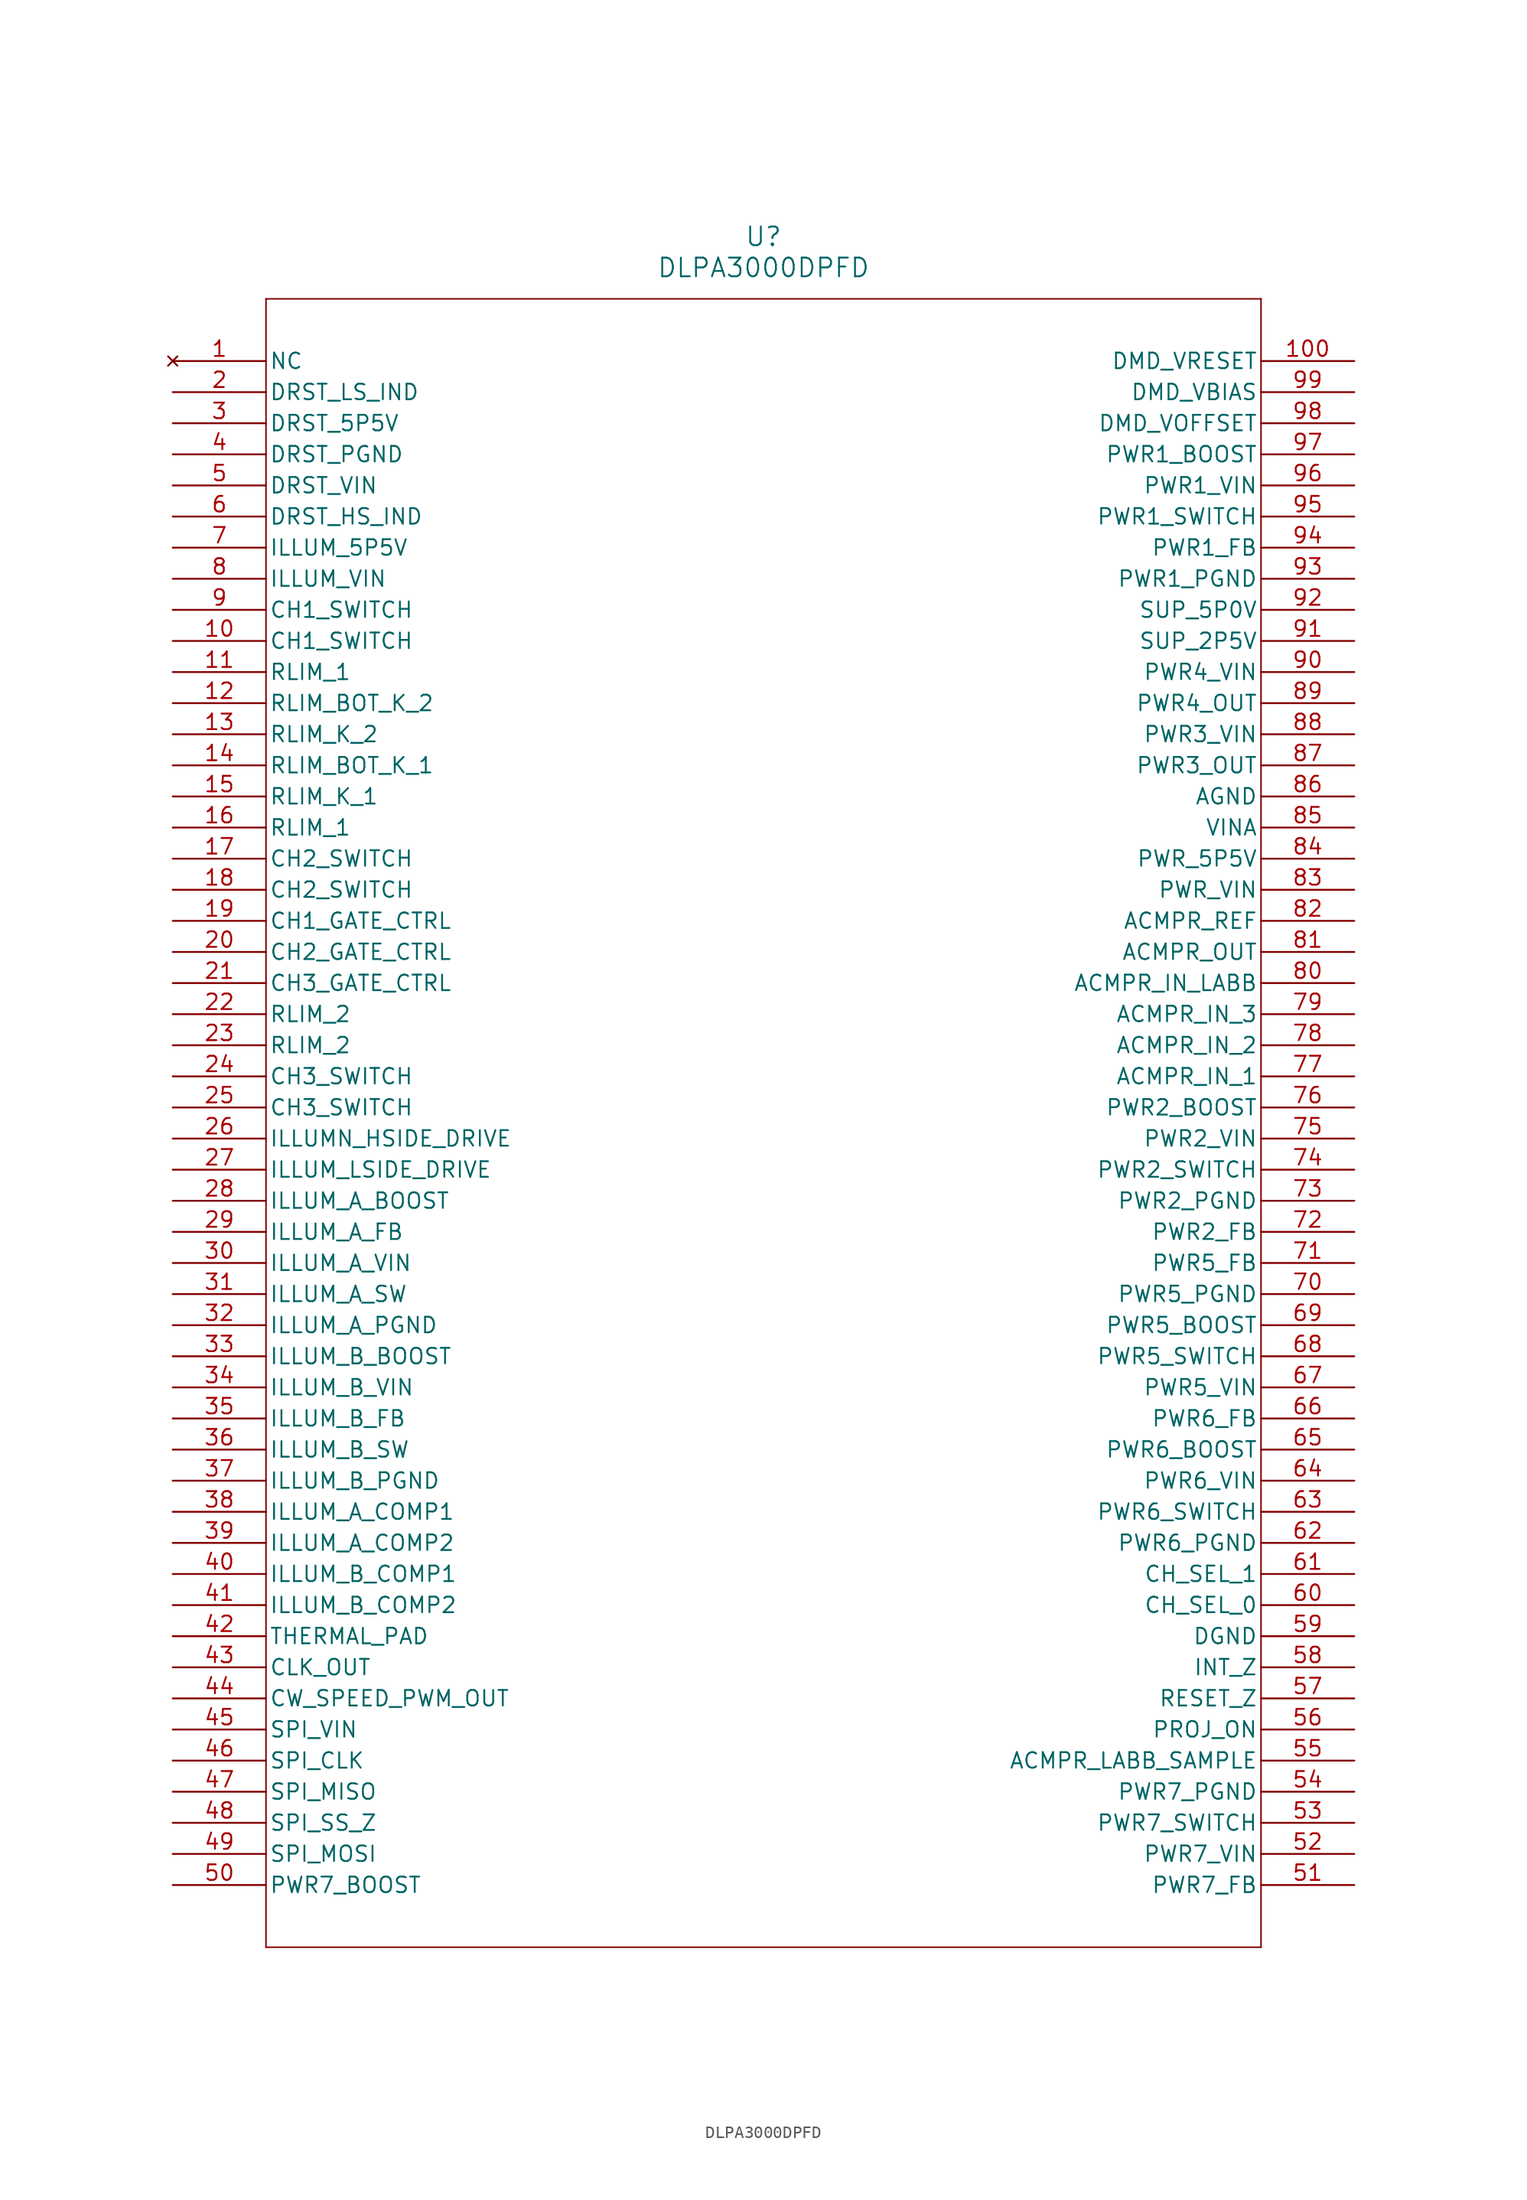
<source format=kicad_sym>
(kicad_symbol_lib
  (version 20211014)
  (generator kicad_symbol_editor)
  (symbol "DLPA3000DPFD"
    (pin_names
      (offset 0.254))
    (property "Reference" "U"
      (at 48.26 10.16 0)
      (effects (font (size 1.524 1.524))))
    (property "Value" "DLPA3000DPFD"
      (at 48.26 7.62 0)
      (effects (font (size 1.524 1.524))))
    (polyline
      (pts (xy 7.62 5.08) (xy 7.62 -129.54))
      (stroke (width 0.127) (type default) (color 0 0 0 0))
      (fill (type none)))
    (polyline
      (pts (xy 7.62 -129.54) (xy 88.9 -129.54))
      (stroke (width 0.127) (type default) (color 0 0 0 0))
      (fill (type none)))
    (polyline
      (pts (xy 88.9 -129.54) (xy 88.9 5.08))
      (stroke (width 0.127) (type default) (color 0 0 0 0))
      (fill (type none)))
    (polyline
      (pts (xy 88.9 5.08) (xy 7.62 5.08))
      (stroke (width 0.127) (type default) (color 0 0 0 0))
      (fill (type none)))
    (pin no_connect line
      (at 0 0 0)
      (length 7.62)
      (name "NC" (effects (font (size 1.27 1.27))))
      (number "1" (effects (font (size 1.27 1.27)))))
    (pin bidirectional line
      (at 0 -2.54 0)
      (length 7.62)
      (name "DRST_LS_IND" (effects (font (size 1.27 1.27))))
      (number "2" (effects (font (size 1.27 1.27)))))
    (pin output line
      (at 0 -5.08 0)
      (length 7.62)
      (name "DRST_5P5V" (effects (font (size 1.27 1.27))))
      (number "3" (effects (font (size 1.27 1.27)))))
    (pin power_in line
      (at 0 -7.62 0)
      (length 7.62)
      (name "DRST_PGND" (effects (font (size 1.27 1.27))))
      (number "4" (effects (font (size 1.27 1.27)))))
    (pin power_in line
      (at 0 -10.16 0)
      (length 7.62)
      (name "DRST_VIN" (effects (font (size 1.27 1.27))))
      (number "5" (effects (font (size 1.27 1.27)))))
    (pin bidirectional line
      (at 0 -12.7 0)
      (length 7.62)
      (name "DRST_HS_IND" (effects (font (size 1.27 1.27))))
      (number "6" (effects (font (size 1.27 1.27)))))
    (pin output line
      (at 0 -15.24 0)
      (length 7.62)
      (name "ILLUM_5P5V" (effects (font (size 1.27 1.27))))
      (number "7" (effects (font (size 1.27 1.27)))))
    (pin power_in line
      (at 0 -17.78 0)
      (length 7.62)
      (name "ILLUM_VIN" (effects (font (size 1.27 1.27))))
      (number "8" (effects (font (size 1.27 1.27)))))
    (pin input line
      (at 0 -20.32 0)
      (length 7.62)
      (name "CH1_SWITCH" (effects (font (size 1.27 1.27))))
      (number "9" (effects (font (size 1.27 1.27)))))
    (pin input line
      (at 0 -22.86 0)
      (length 7.62)
      (name "CH1_SWITCH" (effects (font (size 1.27 1.27))))
      (number "10" (effects (font (size 1.27 1.27)))))
    (pin output line
      (at 0 -25.4 0)
      (length 7.62)
      (name "RLIM_1" (effects (font (size 1.27 1.27))))
      (number "11" (effects (font (size 1.27 1.27)))))
    (pin input line
      (at 0 -27.94 0)
      (length 7.62)
      (name "RLIM_BOT_K_2" (effects (font (size 1.27 1.27))))
      (number "12" (effects (font (size 1.27 1.27)))))
    (pin input line
      (at 0 -30.48 0)
      (length 7.62)
      (name "RLIM_K_2" (effects (font (size 1.27 1.27))))
      (number "13" (effects (font (size 1.27 1.27)))))
    (pin input line
      (at 0 -33.02 0)
      (length 7.62)
      (name "RLIM_BOT_K_1" (effects (font (size 1.27 1.27))))
      (number "14" (effects (font (size 1.27 1.27)))))
    (pin input line
      (at 0 -35.56 0)
      (length 7.62)
      (name "RLIM_K_1" (effects (font (size 1.27 1.27))))
      (number "15" (effects (font (size 1.27 1.27)))))
    (pin output line
      (at 0 -38.1 0)
      (length 7.62)
      (name "RLIM_1" (effects (font (size 1.27 1.27))))
      (number "16" (effects (font (size 1.27 1.27)))))
    (pin input line
      (at 0 -40.64 0)
      (length 7.62)
      (name "CH2_SWITCH" (effects (font (size 1.27 1.27))))
      (number "17" (effects (font (size 1.27 1.27)))))
    (pin input line
      (at 0 -43.18 0)
      (length 7.62)
      (name "CH2_SWITCH" (effects (font (size 1.27 1.27))))
      (number "18" (effects (font (size 1.27 1.27)))))
    (pin output line
      (at 0 -45.72 0)
      (length 7.62)
      (name "CH1_GATE_CTRL" (effects (font (size 1.27 1.27))))
      (number "19" (effects (font (size 1.27 1.27)))))
    (pin output line
      (at 0 -48.26 0)
      (length 7.62)
      (name "CH2_GATE_CTRL" (effects (font (size 1.27 1.27))))
      (number "20" (effects (font (size 1.27 1.27)))))
    (pin output line
      (at 0 -50.8 0)
      (length 7.62)
      (name "CH3_GATE_CTRL" (effects (font (size 1.27 1.27))))
      (number "21" (effects (font (size 1.27 1.27)))))
    (pin output line
      (at 0 -53.34 0)
      (length 7.62)
      (name "RLIM_2" (effects (font (size 1.27 1.27))))
      (number "22" (effects (font (size 1.27 1.27)))))
    (pin output line
      (at 0 -55.88 0)
      (length 7.62)
      (name "RLIM_2" (effects (font (size 1.27 1.27))))
      (number "23" (effects (font (size 1.27 1.27)))))
    (pin input line
      (at 0 -58.42 0)
      (length 7.62)
      (name "CH3_SWITCH" (effects (font (size 1.27 1.27))))
      (number "24" (effects (font (size 1.27 1.27)))))
    (pin input line
      (at 0 -60.96 0)
      (length 7.62)
      (name "CH3_SWITCH" (effects (font (size 1.27 1.27))))
      (number "25" (effects (font (size 1.27 1.27)))))
    (pin output line
      (at 0 -63.5 0)
      (length 7.62)
      (name "ILLUMN_HSIDE_DRIVE" (effects (font (size 1.27 1.27))))
      (number "26" (effects (font (size 1.27 1.27)))))
    (pin output line
      (at 0 -66.04 0)
      (length 7.62)
      (name "ILLUM_LSIDE_DRIVE" (effects (font (size 1.27 1.27))))
      (number "27" (effects (font (size 1.27 1.27)))))
    (pin input line
      (at 0 -68.58 0)
      (length 7.62)
      (name "ILLUM_A_BOOST" (effects (font (size 1.27 1.27))))
      (number "28" (effects (font (size 1.27 1.27)))))
    (pin input line
      (at 0 -71.12 0)
      (length 7.62)
      (name "ILLUM_A_FB" (effects (font (size 1.27 1.27))))
      (number "29" (effects (font (size 1.27 1.27)))))
    (pin power_in line
      (at 0 -73.66 0)
      (length 7.62)
      (name "ILLUM_A_VIN" (effects (font (size 1.27 1.27))))
      (number "30" (effects (font (size 1.27 1.27)))))
    (pin bidirectional line
      (at 0 -76.2 0)
      (length 7.62)
      (name "ILLUM_A_SW" (effects (font (size 1.27 1.27))))
      (number "31" (effects (font (size 1.27 1.27)))))
    (pin power_in line
      (at 0 -78.74 0)
      (length 7.62)
      (name "ILLUM_A_PGND" (effects (font (size 1.27 1.27))))
      (number "32" (effects (font (size 1.27 1.27)))))
    (pin input line
      (at 0 -81.28 0)
      (length 7.62)
      (name "ILLUM_B_BOOST" (effects (font (size 1.27 1.27))))
      (number "33" (effects (font (size 1.27 1.27)))))
    (pin power_in line
      (at 0 -83.82 0)
      (length 7.62)
      (name "ILLUM_B_VIN" (effects (font (size 1.27 1.27))))
      (number "34" (effects (font (size 1.27 1.27)))))
    (pin input line
      (at 0 -86.36 0)
      (length 7.62)
      (name "ILLUM_B_FB" (effects (font (size 1.27 1.27))))
      (number "35" (effects (font (size 1.27 1.27)))))
    (pin bidirectional line
      (at 0 -88.9 0)
      (length 7.62)
      (name "ILLUM_B_SW" (effects (font (size 1.27 1.27))))
      (number "36" (effects (font (size 1.27 1.27)))))
    (pin power_in line
      (at 0 -91.44 0)
      (length 7.62)
      (name "ILLUM_B_PGND" (effects (font (size 1.27 1.27))))
      (number "37" (effects (font (size 1.27 1.27)))))
    (pin bidirectional line
      (at 0 -93.98 0)
      (length 7.62)
      (name "ILLUM_A_COMP1" (effects (font (size 1.27 1.27))))
      (number "38" (effects (font (size 1.27 1.27)))))
    (pin bidirectional line
      (at 0 -96.52 0)
      (length 7.62)
      (name "ILLUM_A_COMP2" (effects (font (size 1.27 1.27))))
      (number "39" (effects (font (size 1.27 1.27)))))
    (pin bidirectional line
      (at 0 -99.06 0)
      (length 7.62)
      (name "ILLUM_B_COMP1" (effects (font (size 1.27 1.27))))
      (number "40" (effects (font (size 1.27 1.27)))))
    (pin bidirectional line
      (at 0 -101.6 0)
      (length 7.62)
      (name "ILLUM_B_COMP2" (effects (font (size 1.27 1.27))))
      (number "41" (effects (font (size 1.27 1.27)))))
    (pin power_in line
      (at 0 -104.14 0)
      (length 7.62)
      (name "THERMAL_PAD" (effects (font (size 1.27 1.27))))
      (number "42" (effects (font (size 1.27 1.27)))))
    (pin output line
      (at 0 -106.68 0)
      (length 7.62)
      (name "CLK_OUT" (effects (font (size 1.27 1.27))))
      (number "43" (effects (font (size 1.27 1.27)))))
    (pin output line
      (at 0 -109.22 0)
      (length 7.62)
      (name "CW_SPEED_PWM_OUT" (effects (font (size 1.27 1.27))))
      (number "44" (effects (font (size 1.27 1.27)))))
    (pin input line
      (at 0 -111.76 0)
      (length 7.62)
      (name "SPI_VIN" (effects (font (size 1.27 1.27))))
      (number "45" (effects (font (size 1.27 1.27)))))
    (pin input line
      (at 0 -114.3 0)
      (length 7.62)
      (name "SPI_CLK" (effects (font (size 1.27 1.27))))
      (number "46" (effects (font (size 1.27 1.27)))))
    (pin output line
      (at 0 -116.84 0)
      (length 7.62)
      (name "SPI_MISO" (effects (font (size 1.27 1.27))))
      (number "47" (effects (font (size 1.27 1.27)))))
    (pin input line
      (at 0 -119.38 0)
      (length 7.62)
      (name "SPI_SS_Z" (effects (font (size 1.27 1.27))))
      (number "48" (effects (font (size 1.27 1.27)))))
    (pin input line
      (at 0 -121.92 0)
      (length 7.62)
      (name "SPI_MOSI" (effects (font (size 1.27 1.27))))
      (number "49" (effects (font (size 1.27 1.27)))))
    (pin input line
      (at 0 -124.46 0)
      (length 7.62)
      (name "PWR7_BOOST" (effects (font (size 1.27 1.27))))
      (number "50" (effects (font (size 1.27 1.27)))))
    (pin input line
      (at 96.52 -124.46 180)
      (length 7.62)
      (name "PWR7_FB" (effects (font (size 1.27 1.27))))
      (number "51" (effects (font (size 1.27 1.27)))))
    (pin power_in line
      (at 96.52 -121.92 180)
      (length 7.62)
      (name "PWR7_VIN" (effects (font (size 1.27 1.27))))
      (number "52" (effects (font (size 1.27 1.27)))))
    (pin bidirectional line
      (at 96.52 -119.38 180)
      (length 7.62)
      (name "PWR7_SWITCH" (effects (font (size 1.27 1.27))))
      (number "53" (effects (font (size 1.27 1.27)))))
    (pin power_in line
      (at 96.52 -116.84 180)
      (length 7.62)
      (name "PWR7_PGND" (effects (font (size 1.27 1.27))))
      (number "54" (effects (font (size 1.27 1.27)))))
    (pin input line
      (at 96.52 -114.3 180)
      (length 7.62)
      (name "ACMPR_LABB_SAMPLE" (effects (font (size 1.27 1.27))))
      (number "55" (effects (font (size 1.27 1.27)))))
    (pin input line
      (at 96.52 -111.76 180)
      (length 7.62)
      (name "PROJ_ON" (effects (font (size 1.27 1.27))))
      (number "56" (effects (font (size 1.27 1.27)))))
    (pin output line
      (at 96.52 -109.22 180)
      (length 7.62)
      (name "RESET_Z" (effects (font (size 1.27 1.27))))
      (number "57" (effects (font (size 1.27 1.27)))))
    (pin output line
      (at 96.52 -106.68 180)
      (length 7.62)
      (name "INT_Z" (effects (font (size 1.27 1.27))))
      (number "58" (effects (font (size 1.27 1.27)))))
    (pin power_in line
      (at 96.52 -104.14 180)
      (length 7.62)
      (name "DGND" (effects (font (size 1.27 1.27))))
      (number "59" (effects (font (size 1.27 1.27)))))
    (pin input line
      (at 96.52 -101.6 180)
      (length 7.62)
      (name "CH_SEL_0" (effects (font (size 1.27 1.27))))
      (number "60" (effects (font (size 1.27 1.27)))))
    (pin input line
      (at 96.52 -99.06 180)
      (length 7.62)
      (name "CH_SEL_1" (effects (font (size 1.27 1.27))))
      (number "61" (effects (font (size 1.27 1.27)))))
    (pin power_in line
      (at 96.52 -96.52 180)
      (length 7.62)
      (name "PWR6_PGND" (effects (font (size 1.27 1.27))))
      (number "62" (effects (font (size 1.27 1.27)))))
    (pin bidirectional line
      (at 96.52 -93.98 180)
      (length 7.62)
      (name "PWR6_SWITCH" (effects (font (size 1.27 1.27))))
      (number "63" (effects (font (size 1.27 1.27)))))
    (pin power_in line
      (at 96.52 -91.44 180)
      (length 7.62)
      (name "PWR6_VIN" (effects (font (size 1.27 1.27))))
      (number "64" (effects (font (size 1.27 1.27)))))
    (pin input line
      (at 96.52 -88.9 180)
      (length 7.62)
      (name "PWR6_BOOST" (effects (font (size 1.27 1.27))))
      (number "65" (effects (font (size 1.27 1.27)))))
    (pin input line
      (at 96.52 -86.36 180)
      (length 7.62)
      (name "PWR6_FB" (effects (font (size 1.27 1.27))))
      (number "66" (effects (font (size 1.27 1.27)))))
    (pin power_in line
      (at 96.52 -83.82 180)
      (length 7.62)
      (name "PWR5_VIN" (effects (font (size 1.27 1.27))))
      (number "67" (effects (font (size 1.27 1.27)))))
    (pin bidirectional line
      (at 96.52 -81.28 180)
      (length 7.62)
      (name "PWR5_SWITCH" (effects (font (size 1.27 1.27))))
      (number "68" (effects (font (size 1.27 1.27)))))
    (pin input line
      (at 96.52 -78.74 180)
      (length 7.62)
      (name "PWR5_BOOST" (effects (font (size 1.27 1.27))))
      (number "69" (effects (font (size 1.27 1.27)))))
    (pin power_in line
      (at 96.52 -76.2 180)
      (length 7.62)
      (name "PWR5_PGND" (effects (font (size 1.27 1.27))))
      (number "70" (effects (font (size 1.27 1.27)))))
    (pin input line
      (at 96.52 -73.66 180)
      (length 7.62)
      (name "PWR5_FB" (effects (font (size 1.27 1.27))))
      (number "71" (effects (font (size 1.27 1.27)))))
    (pin input line
      (at 96.52 -71.12 180)
      (length 7.62)
      (name "PWR2_FB" (effects (font (size 1.27 1.27))))
      (number "72" (effects (font (size 1.27 1.27)))))
    (pin power_in line
      (at 96.52 -68.58 180)
      (length 7.62)
      (name "PWR2_PGND" (effects (font (size 1.27 1.27))))
      (number "73" (effects (font (size 1.27 1.27)))))
    (pin bidirectional line
      (at 96.52 -66.04 180)
      (length 7.62)
      (name "PWR2_SWITCH" (effects (font (size 1.27 1.27))))
      (number "74" (effects (font (size 1.27 1.27)))))
    (pin power_in line
      (at 96.52 -63.5 180)
      (length 7.62)
      (name "PWR2_VIN" (effects (font (size 1.27 1.27))))
      (number "75" (effects (font (size 1.27 1.27)))))
    (pin input line
      (at 96.52 -60.96 180)
      (length 7.62)
      (name "PWR2_BOOST" (effects (font (size 1.27 1.27))))
      (number "76" (effects (font (size 1.27 1.27)))))
    (pin input line
      (at 96.52 -58.42 180)
      (length 7.62)
      (name "ACMPR_IN_1" (effects (font (size 1.27 1.27))))
      (number "77" (effects (font (size 1.27 1.27)))))
    (pin input line
      (at 96.52 -55.88 180)
      (length 7.62)
      (name "ACMPR_IN_2" (effects (font (size 1.27 1.27))))
      (number "78" (effects (font (size 1.27 1.27)))))
    (pin input line
      (at 96.52 -53.34 180)
      (length 7.62)
      (name "ACMPR_IN_3" (effects (font (size 1.27 1.27))))
      (number "79" (effects (font (size 1.27 1.27)))))
    (pin input line
      (at 96.52 -50.8 180)
      (length 7.62)
      (name "ACMPR_IN_LABB" (effects (font (size 1.27 1.27))))
      (number "80" (effects (font (size 1.27 1.27)))))
    (pin output line
      (at 96.52 -48.26 180)
      (length 7.62)
      (name "ACMPR_OUT" (effects (font (size 1.27 1.27))))
      (number "81" (effects (font (size 1.27 1.27)))))
    (pin input line
      (at 96.52 -45.72 180)
      (length 7.62)
      (name "ACMPR_REF" (effects (font (size 1.27 1.27))))
      (number "82" (effects (font (size 1.27 1.27)))))
    (pin power_in line
      (at 96.52 -43.18 180)
      (length 7.62)
      (name "PWR_VIN" (effects (font (size 1.27 1.27))))
      (number "83" (effects (font (size 1.27 1.27)))))
    (pin output line
      (at 96.52 -40.64 180)
      (length 7.62)
      (name "PWR_5P5V" (effects (font (size 1.27 1.27))))
      (number "84" (effects (font (size 1.27 1.27)))))
    (pin power_in line
      (at 96.52 -38.1 180)
      (length 7.62)
      (name "VINA" (effects (font (size 1.27 1.27))))
      (number "85" (effects (font (size 1.27 1.27)))))
    (pin power_in line
      (at 96.52 -35.56 180)
      (length 7.62)
      (name "AGND" (effects (font (size 1.27 1.27))))
      (number "86" (effects (font (size 1.27 1.27)))))
    (pin output line
      (at 96.52 -33.02 180)
      (length 7.62)
      (name "PWR3_OUT" (effects (font (size 1.27 1.27))))
      (number "87" (effects (font (size 1.27 1.27)))))
    (pin power_in line
      (at 96.52 -30.48 180)
      (length 7.62)
      (name "PWR3_VIN" (effects (font (size 1.27 1.27))))
      (number "88" (effects (font (size 1.27 1.27)))))
    (pin output line
      (at 96.52 -27.94 180)
      (length 7.62)
      (name "PWR4_OUT" (effects (font (size 1.27 1.27))))
      (number "89" (effects (font (size 1.27 1.27)))))
    (pin power_in line
      (at 96.52 -25.4 180)
      (length 7.62)
      (name "PWR4_VIN" (effects (font (size 1.27 1.27))))
      (number "90" (effects (font (size 1.27 1.27)))))
    (pin output line
      (at 96.52 -22.86 180)
      (length 7.62)
      (name "SUP_2P5V" (effects (font (size 1.27 1.27))))
      (number "91" (effects (font (size 1.27 1.27)))))
    (pin output line
      (at 96.52 -20.32 180)
      (length 7.62)
      (name "SUP_5P0V" (effects (font (size 1.27 1.27))))
      (number "92" (effects (font (size 1.27 1.27)))))
    (pin power_in line
      (at 96.52 -17.78 180)
      (length 7.62)
      (name "PWR1_PGND" (effects (font (size 1.27 1.27))))
      (number "93" (effects (font (size 1.27 1.27)))))
    (pin input line
      (at 96.52 -15.24 180)
      (length 7.62)
      (name "PWR1_FB" (effects (font (size 1.27 1.27))))
      (number "94" (effects (font (size 1.27 1.27)))))
    (pin bidirectional line
      (at 96.52 -12.7 180)
      (length 7.62)
      (name "PWR1_SWITCH" (effects (font (size 1.27 1.27))))
      (number "95" (effects (font (size 1.27 1.27)))))
    (pin power_in line
      (at 96.52 -10.16 180)
      (length 7.62)
      (name "PWR1_VIN" (effects (font (size 1.27 1.27))))
      (number "96" (effects (font (size 1.27 1.27)))))
    (pin input line
      (at 96.52 -7.62 180)
      (length 7.62)
      (name "PWR1_BOOST" (effects (font (size 1.27 1.27))))
      (number "97" (effects (font (size 1.27 1.27)))))
    (pin output line
      (at 96.52 -5.08 180)
      (length 7.62)
      (name "DMD_VOFFSET" (effects (font (size 1.27 1.27))))
      (number "98" (effects (font (size 1.27 1.27)))))
    (pin output line
      (at 96.52 -2.54 180)
      (length 7.62)
      (name "DMD_VBIAS" (effects (font (size 1.27 1.27))))
      (number "99" (effects (font (size 1.27 1.27)))))
    (pin output line
      (at 96.52 0 180)
      (length 7.62)
      (name "DMD_VRESET" (effects (font (size 1.27 1.27))))
      (number "100" (effects (font (size 1.27 1.27)))))))
</source>
